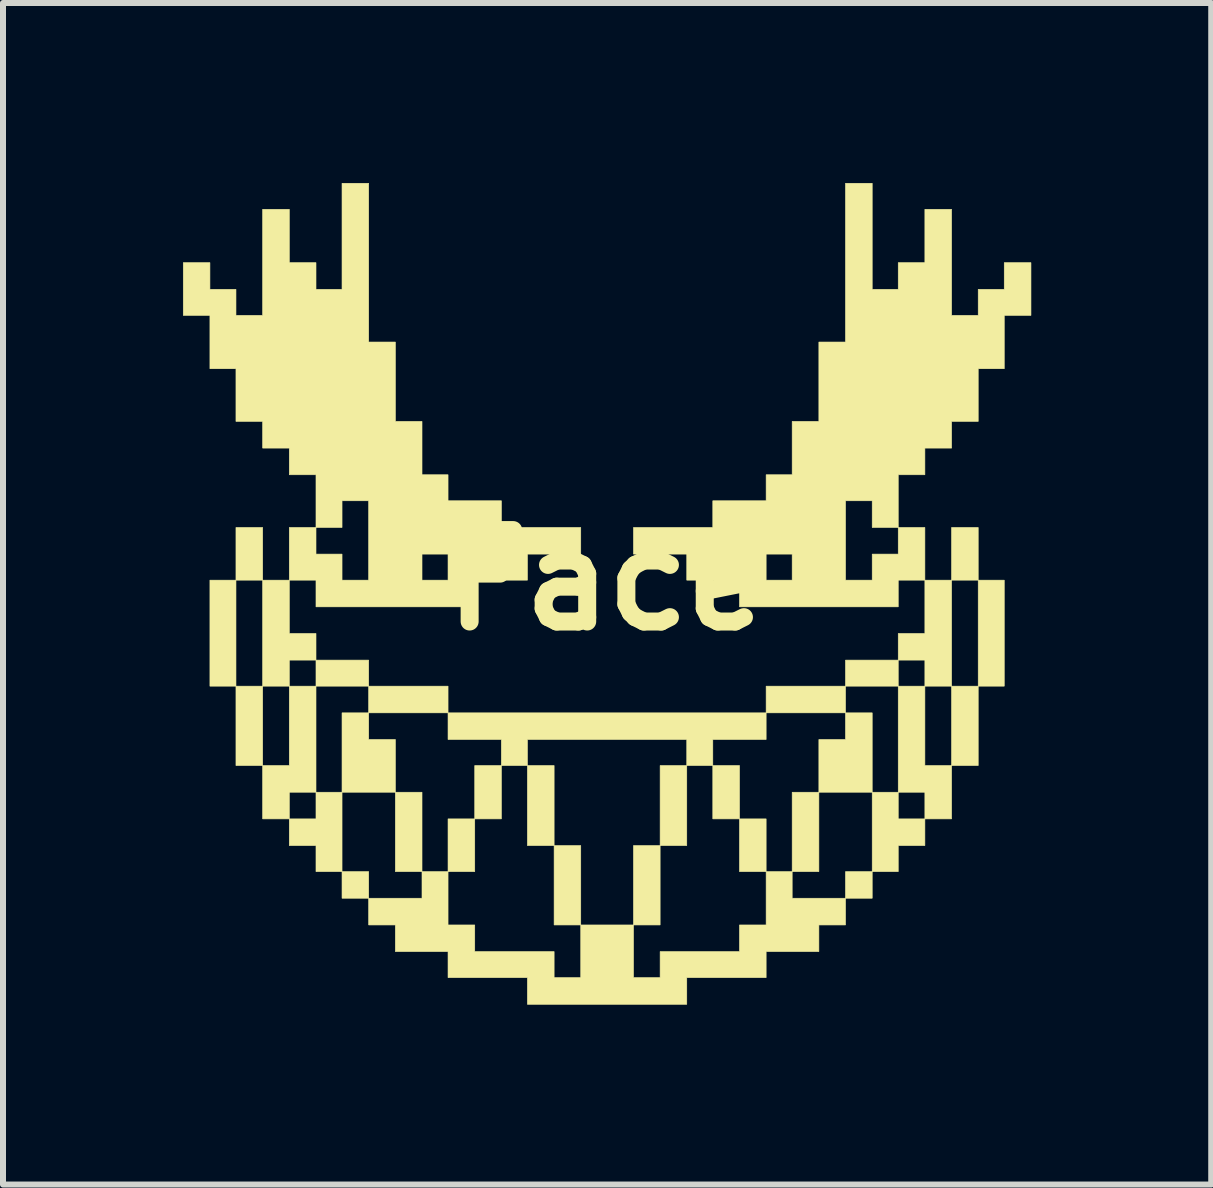
<source format=kicad_pcb>
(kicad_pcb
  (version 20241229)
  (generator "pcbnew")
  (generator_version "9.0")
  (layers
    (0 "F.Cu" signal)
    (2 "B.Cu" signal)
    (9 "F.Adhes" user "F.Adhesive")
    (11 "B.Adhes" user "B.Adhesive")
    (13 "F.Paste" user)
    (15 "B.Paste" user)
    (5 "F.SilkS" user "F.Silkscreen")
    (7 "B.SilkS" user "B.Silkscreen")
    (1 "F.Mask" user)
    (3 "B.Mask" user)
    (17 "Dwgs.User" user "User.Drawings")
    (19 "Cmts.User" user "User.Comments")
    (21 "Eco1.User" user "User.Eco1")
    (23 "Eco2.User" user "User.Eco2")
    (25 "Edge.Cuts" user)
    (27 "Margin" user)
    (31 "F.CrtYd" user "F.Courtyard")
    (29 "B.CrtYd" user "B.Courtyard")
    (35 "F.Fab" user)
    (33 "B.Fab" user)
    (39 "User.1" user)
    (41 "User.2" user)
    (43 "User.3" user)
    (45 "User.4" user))
  (footprint "Face"
    (layer "F.Cu")
    (at 7.064 6.62)
    (property "Reference" "Face" (at 0 0 0) (layer "F.SilkS") (effects (font (size 1.524 1.524) (thickness 0.3))))
    (attr through_hole)
    (fp_poly (pts (xy -3.969 1.767) (xy -4.847 1.767) (xy -4.847 1.333) (xy -3.969 1.333) (xy -3.969 1.767)) (stroke (width 0.01) (type solid)) (fill yes) (layer "F.SilkS"))
    (fp_poly (pts (xy -3.969 5.302) (xy -4.413 5.302) (xy -4.413 4.858) (xy -3.969 4.858) (xy -3.969 5.302)) (stroke (width 0.01) (type solid)) (fill yes) (layer "F.SilkS"))
    (fp_poly (pts (xy -3.08 4.858) (xy -3.524 4.858) (xy -3.524 3.535) (xy -3.08 3.535) (xy -3.08 4.858)) (stroke (width 0.01) (type solid)) (fill yes) (layer "F.SilkS"))
    (fp_poly (pts (xy -2.646 2.212) (xy -3.969 2.212) (xy -3.969 1.767) (xy -2.646 1.767) (xy -2.646 2.212)) (stroke (width 0.01) (type solid)) (fill yes) (layer "F.SilkS"))
    (fp_poly (pts (xy -2.201 4.858) (xy -2.646 4.858) (xy -2.646 3.979) (xy -2.201 3.979) (xy -2.201 4.858)) (stroke (width 0.01) (type solid)) (fill yes) (layer "F.SilkS"))
    (fp_poly (pts (xy -1.757 3.979) (xy -2.201 3.979) (xy -2.201 3.09) (xy -1.757 3.09) (xy -1.757 3.979)) (stroke (width 0.01) (type solid)) (fill yes) (layer "F.SilkS"))
    (fp_poly (pts (xy -0.878 4.424) (xy -1.323 4.424) (xy -1.323 3.09) (xy -0.878 3.09) (xy -0.878 4.424)) (stroke (width 0.01) (type solid)) (fill yes) (layer "F.SilkS"))
    (fp_poly (pts (xy -0.434 5.747) (xy -0.878 5.747) (xy -0.878 4.424) (xy -0.434 4.424) (xy -0.434 5.747)) (stroke (width 0.01) (type solid)) (fill yes) (layer "F.SilkS"))
    (fp_poly (pts (xy 0.889 5.747) (xy 0.445 5.747) (xy 0.445 4.424) (xy 0.889 4.424) (xy 0.889 5.747)) (stroke (width 0.01) (type solid)) (fill yes) (layer "F.SilkS"))
    (fp_poly (pts (xy 1.333 4.424) (xy 0.889 4.424) (xy 0.889 3.09) (xy 1.333 3.09) (xy 1.333 4.424)) (stroke (width 0.01) (type solid)) (fill yes) (layer "F.SilkS"))
    (fp_poly (pts (xy 2.212 3.979) (xy 1.767 3.979) (xy 1.767 3.09) (xy 2.212 3.09) (xy 2.212 3.979)) (stroke (width 0.01) (type solid)) (fill yes) (layer "F.SilkS"))
    (fp_poly (pts (xy 2.656 4.858) (xy 2.212 4.858) (xy 2.212 3.979) (xy 2.656 3.979) (xy 2.656 4.858)) (stroke (width 0.01) (type solid)) (fill yes) (layer "F.SilkS"))
    (fp_poly (pts (xy 3.535 4.858) (xy 3.09 4.858) (xy 3.09 3.535) (xy 3.535 3.535) (xy 3.535 4.858)) (stroke (width 0.01) (type solid)) (fill yes) (layer "F.SilkS"))
    (fp_poly (pts (xy 3.979 2.212) (xy 2.656 2.212) (xy 2.656 1.767) (xy 3.979 1.767) (xy 3.979 2.212)) (stroke (width 0.01) (type solid)) (fill yes) (layer "F.SilkS"))
    (fp_poly (pts (xy 4.424 5.302) (xy 3.979 5.302) (xy 3.979 4.858) (xy 4.424 4.858) (xy 4.424 5.302)) (stroke (width 0.01) (type solid)) (fill yes) (layer "F.SilkS"))
    (fp_poly (pts (xy 6.191 0) (xy 5.747 0) (xy 5.747 -0.878) (xy 6.191 -0.878) (xy 6.191 0)) (stroke (width 0.01) (type solid)) (fill yes) (layer "F.SilkS"))
    (fp_poly (pts (xy 6.625 1.767) (xy 6.191 1.767) (xy 6.191 0) (xy 6.625 0) (xy 6.625 1.767)) (stroke (width 0.01) (type solid)) (fill yes) (layer "F.SilkS"))
    (fp_poly (pts (xy -3.969 2.656) (xy -3.524 2.656) (xy -3.524 3.535) (xy -4.413 3.535) (xy -4.413 2.212) (xy -3.969 2.212) (xy -3.969 2.656)) (stroke (width 0.01) (type solid)) (fill yes) (layer "F.SilkS"))
    (fp_poly (pts (xy 4.424 3.535) (xy 3.535 3.535) (xy 3.535 2.656) (xy 3.979 2.656) (xy 3.979 2.212) (xy 4.424 2.212) (xy 4.424 3.535)) (stroke (width 0.01) (type solid)) (fill yes) (layer "F.SilkS"))
    (fp_poly (pts (xy -5.292 3.09) (xy -5.292 1.767) (xy -4.847 1.767) (xy -4.847 3.535) (xy -5.292 3.535) (xy -5.292 3.979) (xy -5.736 3.979) (xy -5.736 3.09) (xy -5.292 3.09)) (stroke (width 0.01) (type solid)) (fill yes) (layer "F.SilkS"))
    (fp_poly (pts (xy -4.413 4.858) (xy -4.847 4.858) (xy -4.847 4.424) (xy -5.292 4.424) (xy -5.292 3.979) (xy -4.847 3.979) (xy -4.847 3.535) (xy -4.413 3.535) (xy -4.413 4.858)) (stroke (width 0.01) (type solid)) (fill yes) (layer "F.SilkS"))
    (fp_poly (pts (xy 2.656 2.656) (xy 1.767 2.656) (xy 1.767 3.09) (xy 1.333 3.09) (xy 1.333 2.656) (xy -1.323 2.656) (xy -1.323 3.09) (xy -1.757 3.09) (xy -1.757 2.656) (xy -2.646 2.656) (xy -2.646 2.212) (xy 2.656 2.212) (xy 2.656 2.656)) (stroke (width 0.01) (type solid)) (fill yes) (layer "F.SilkS"))
    (fp_poly (pts (xy -6.181 3.09) (xy -6.181 1.767) (xy -6.615 1.767) (xy -6.615 0) (xy -6.181 0) (xy -6.181 1.767) (xy -5.736 1.767) (xy -5.736 0) (xy -6.181 0) (xy -6.181 -0.878) (xy -5.736 -0.878) (xy -5.736 0) (xy -5.292 0) (xy -5.292 0.889) (xy -4.847 0.889) (xy -4.847 1.333) (xy -5.292 1.333) (xy -5.292 1.767) (xy -5.736 1.767) (xy -5.736 3.09) (xy -6.181 3.09)) (stroke (width 0.01) (type solid)) (fill yes) (layer "F.SilkS"))
    (fp_poly (pts (xy 3.979 1.333) (xy 4.858 1.333) (xy 4.858 1.767) (xy 5.302 1.767) (xy 5.302 3.09) (xy 5.747 3.09) (xy 5.747 1.767) (xy 5.302 1.767) (xy 5.302 1.333) (xy 4.858 1.333) (xy 4.858 0.889) (xy 5.302 0.889) (xy 5.302 0) (xy 5.747 0) (xy 5.747 1.767) (xy 6.191 1.767) (xy 6.191 3.09) (xy 5.747 3.09) (xy 5.747 3.979) (xy 5.302 3.979) (xy 5.302 4.424) (xy 4.858 4.424) (xy 4.858 4.858) (xy 4.424 4.858) (xy 4.424 3.535) (xy 4.858 3.535) (xy 4.858 3.979) (xy 5.302 3.979) (xy 5.302 3.535) (xy 4.858 3.535) (xy 4.858 1.767) (xy 3.979 1.767) (xy 3.979 1.333)) (stroke (width 0.01) (type solid)) (fill yes) (layer "F.SilkS"))
    (fp_poly (pts (xy -2.646 5.747) (xy -2.201 5.747) (xy -2.201 6.191) (xy -0.878 6.191) (xy -0.878 6.625) (xy -0.434 6.625) (xy -0.434 5.747) (xy 0.445 5.747) (xy 0.445 6.625) (xy 0.889 6.625) (xy 0.889 6.191) (xy 2.212 6.191) (xy 2.212 5.747) (xy 2.656 5.747) (xy 2.656 4.858) (xy 3.09 4.858) (xy 3.09 5.302) (xy 3.979 5.302) (xy 3.979 5.747) (xy 3.535 5.747) (xy 3.535 6.191) (xy 2.656 6.191) (xy 2.656 6.625) (xy 1.333 6.625) (xy 1.333 7.07) (xy -1.323 7.07) (xy -1.323 6.625) (xy -2.646 6.625) (xy -2.646 6.191) (xy -3.524 6.191) (xy -3.524 5.747) (xy -3.969 5.747) (xy -3.969 5.302) (xy -3.08 5.302) (xy -3.08 4.858) (xy -2.646 4.858) (xy -2.646 5.747)) (stroke (width 0.01) (type solid)) (fill yes) (layer "F.SilkS"))
    (fp_poly (pts (xy -3.969 -3.969) (xy -3.524 -3.969) (xy -3.524 -2.646) (xy -3.08 -2.646) (xy -3.08 -1.757) (xy -2.646 -1.757) (xy -2.646 -1.323) (xy -1.757 -1.323) (xy -1.757 -0.878) (xy -0.434 -0.878) (xy -0.434 -0.434) (xy -1.323 -0.434) (xy -1.323 0) (xy -2.201 0) (xy -2.201 0.445) (xy -4.847 0.445) (xy -4.847 0) (xy -5.292 0) (xy -5.292 -0.878) (xy -4.847 -0.878) (xy -4.847 -0.434) (xy -4.413 -0.434) (xy -4.413 0) (xy -3.969 0) (xy -3.969 -0.434) (xy -3.08 -0.434) (xy -3.08 0) (xy -2.646 0) (xy -2.646 -0.434) (xy -3.08 -0.434) (xy -3.969 -0.434) (xy -3.969 -1.323) (xy -4.413 -1.323) (xy -4.413 -0.878) (xy -4.847 -0.878) (xy -4.847 -1.757) (xy -5.292 -1.757) (xy -5.292 -2.201) (xy -5.736 -2.201) (xy -5.736 -2.646) (xy -6.181 -2.646) (xy -6.181 -3.524) (xy -6.615 -3.524) (xy -6.615 -4.413) (xy -7.059 -4.413) (xy -7.059 -5.292) (xy -6.615 -5.292) (xy -6.615 -4.847) (xy -6.181 -4.847) (xy -6.181 -4.413) (xy -5.736 -4.413) (xy -5.736 -6.181) (xy -5.292 -6.181) (xy -5.292 -5.292) (xy -4.847 -5.292) (xy -4.847 -4.847) (xy -4.413 -4.847) (xy -4.413 -6.615) (xy -3.969 -6.615) (xy -3.969 -3.969)) (stroke (width 0.01) (type solid)) (fill yes) (layer "F.SilkS"))
    (fp_poly (pts (xy 4.424 -4.847) (xy 4.858 -4.847) (xy 4.858 -5.292) (xy 5.302 -5.292) (xy 5.302 -6.181) (xy 5.747 -6.181) (xy 5.747 -4.413) (xy 6.191 -4.413) (xy 6.191 -4.847) (xy 6.625 -4.847) (xy 6.625 -5.292) (xy 7.07 -5.292) (xy 7.07 -4.413) (xy 6.625 -4.413) (xy 6.625 -3.524) (xy 6.191 -3.524) (xy 6.191 -2.646) (xy 5.747 -2.646) (xy 5.747 -2.201) (xy 5.302 -2.201) (xy 5.302 -1.757) (xy 4.858 -1.757) (xy 4.858 -0.878) (xy 5.302 -0.878) (xy 5.302 0) (xy 4.858 0) (xy 4.858 0.445) (xy 2.212 0.445) (xy 2.212 0) (xy 1.333 0) (xy 1.333 -0.434) (xy 2.656 -0.434) (xy 2.656 0) (xy 3.09 0) (xy 3.09 -0.434) (xy 2.656 -0.434) (xy 1.333 -0.434) (xy 0.445 -0.434) (xy 0.445 -0.878) (xy 1.767 -0.878) (xy 1.767 -1.323) (xy 2.656 -1.323) (xy 3.979 -1.323) (xy 3.979 0) (xy 4.424 0) (xy 4.424 -0.434) (xy 4.858 -0.434) (xy 4.858 -0.878) (xy 4.424 -0.878) (xy 4.424 -1.323) (xy 3.979 -1.323) (xy 2.656 -1.323) (xy 2.656 -1.757) (xy 3.09 -1.757) (xy 3.09 -2.646) (xy 3.535 -2.646) (xy 3.535 -3.969) (xy 3.979 -3.969) (xy 3.979 -6.615) (xy 4.424 -6.615) (xy 4.424 -4.847)) (stroke (width 0.01) (type solid)) (fill yes) (layer "F.SilkS")))
  (gr_rect
    (start -3 -3)
    (end 17.139 16.694)
    (stroke (width 0.1) (type default))
    (fill no)
    (layer "Edge.Cuts")))
</source>
